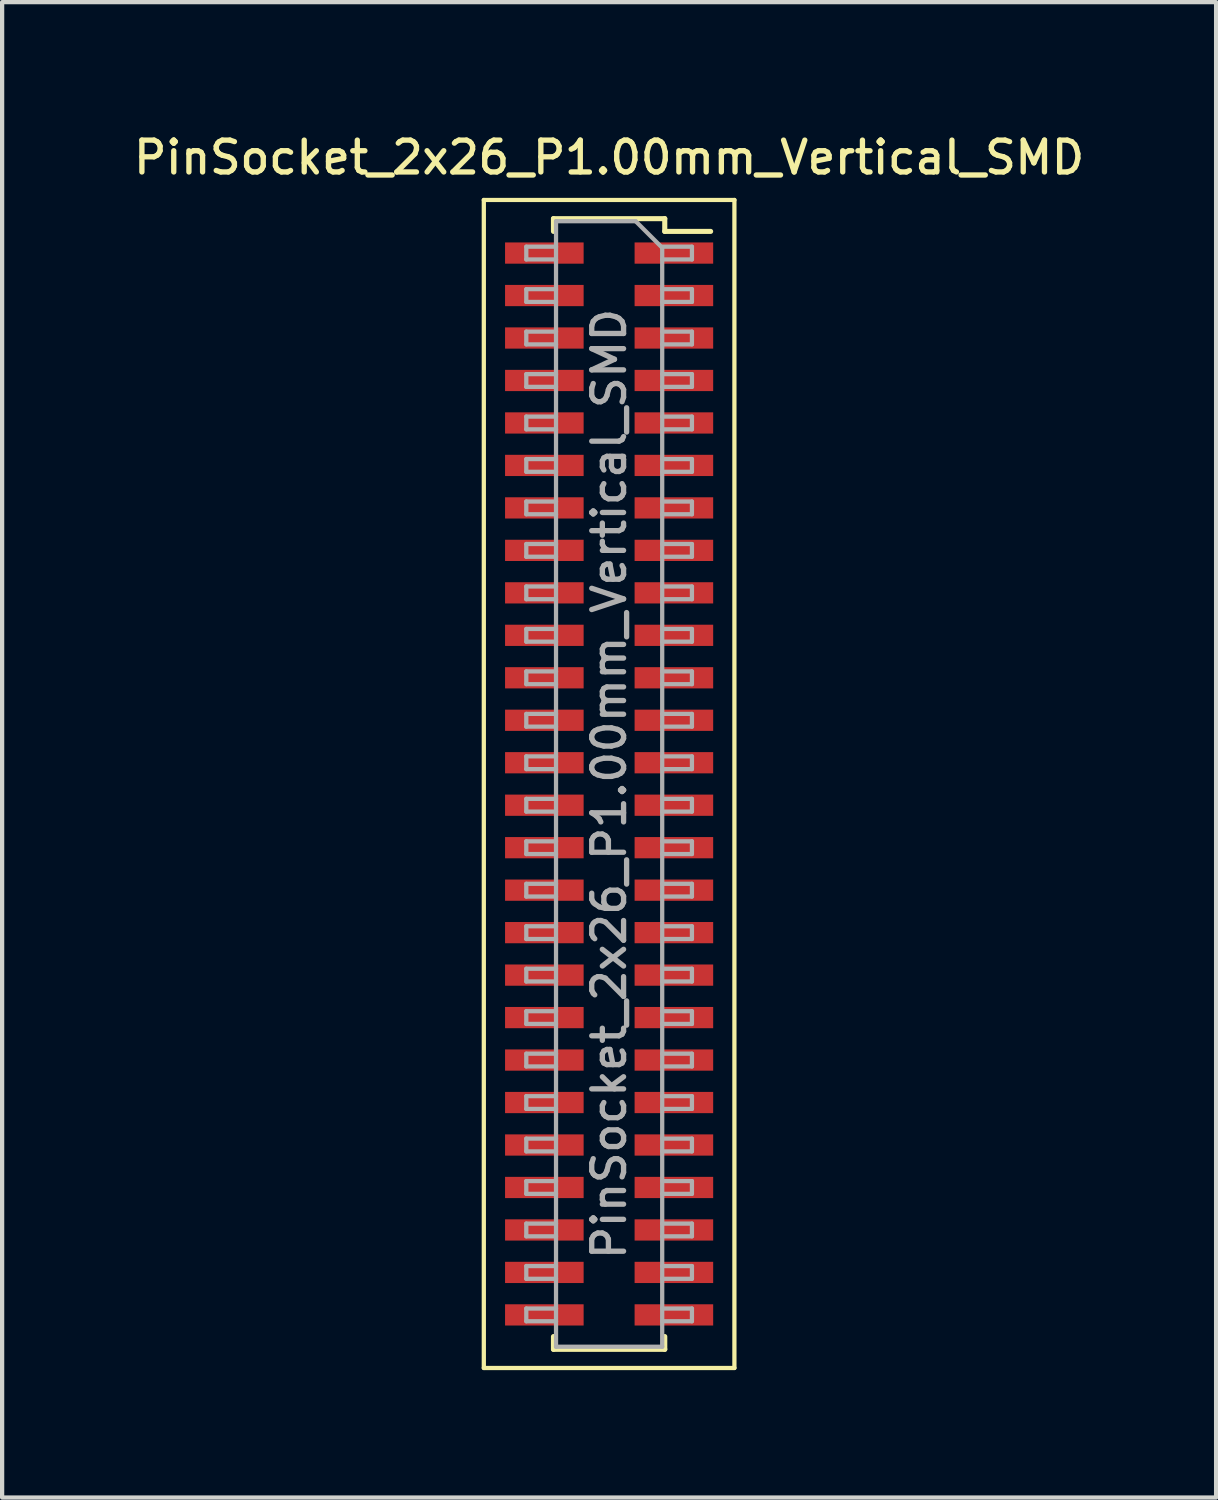
<source format=kicad_pcb>
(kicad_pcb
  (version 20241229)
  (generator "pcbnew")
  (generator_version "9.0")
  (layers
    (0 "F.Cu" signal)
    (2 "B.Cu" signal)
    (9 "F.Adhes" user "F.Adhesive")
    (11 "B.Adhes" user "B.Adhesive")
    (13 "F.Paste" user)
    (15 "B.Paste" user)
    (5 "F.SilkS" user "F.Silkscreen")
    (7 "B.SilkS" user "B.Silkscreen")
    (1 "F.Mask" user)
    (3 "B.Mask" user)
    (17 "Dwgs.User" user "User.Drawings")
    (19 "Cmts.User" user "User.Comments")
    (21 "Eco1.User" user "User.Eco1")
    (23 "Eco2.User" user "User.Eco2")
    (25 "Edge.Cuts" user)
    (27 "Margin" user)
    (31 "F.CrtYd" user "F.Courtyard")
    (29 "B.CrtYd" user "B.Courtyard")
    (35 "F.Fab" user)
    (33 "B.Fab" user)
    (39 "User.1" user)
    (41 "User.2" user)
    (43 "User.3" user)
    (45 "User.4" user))
  (footprint "PinSocket_2x26_P1.00mm_Vertical_SMD"
    (layer "F.Cu")
    (at 11.291 15.408)
    (property "Reference" "PinSocket_2x26_P1.00mm_Vertical_SMD" (at 0 -14.75 0) (layer "F.SilkS") (effects (font (size 0.75 0.75) (thickness 0.125))))
    (attr smd)
    (fp_line (start -2.95 -13.75) (end 2.95 -13.75) (stroke (width 0.1) (type solid)) (layer "F.SilkS"))
    (fp_line (start -2.95 13.75) (end -2.95 -13.75) (stroke (width 0.1) (type solid)) (layer "F.SilkS"))
    (fp_line (start -1.31 -13.31) (end -1.31 -13.01) (stroke (width 0.12) (type solid)) (layer "F.SilkS"))
    (fp_line (start -1.31 -13.31) (end 1.31 -13.31) (stroke (width 0.12) (type solid)) (layer "F.SilkS"))
    (fp_line (start -1.31 13.01) (end -1.31 13.31) (stroke (width 0.12) (type solid)) (layer "F.SilkS"))
    (fp_line (start -1.31 13.31) (end 1.31 13.31) (stroke (width 0.12) (type solid)) (layer "F.SilkS"))
    (fp_line (start 1.31 -13.31) (end 1.31 -13.01) (stroke (width 0.12) (type solid)) (layer "F.SilkS"))
    (fp_line (start 1.31 -13.01) (end 2.39 -13.01) (stroke (width 0.12) (type solid)) (layer "F.SilkS"))
    (fp_line (start 1.31 13.01) (end 1.31 13.31) (stroke (width 0.12) (type solid)) (layer "F.SilkS"))
    (fp_line (start 2.95 -13.75) (end 2.95 13.75) (stroke (width 0.1) (type solid)) (layer "F.SilkS"))
    (fp_line (start 2.95 13.75) (end -2.95 13.75) (stroke (width 0.1) (type solid)) (layer "F.SilkS"))
    (fp_line (start -1.95 -12.65) (end -1.25 -12.65) (stroke (width 0.1) (type solid)) (layer "F.Fab"))
    (fp_line (start -1.95 -12.35) (end -1.95 -12.65) (stroke (width 0.1) (type solid)) (layer "F.Fab"))
    (fp_line (start -1.95 -11.65) (end -1.25 -11.65) (stroke (width 0.1) (type solid)) (layer "F.Fab"))
    (fp_line (start -1.95 -11.35) (end -1.95 -11.65) (stroke (width 0.1) (type solid)) (layer "F.Fab"))
    (fp_line (start -1.95 -10.65) (end -1.25 -10.65) (stroke (width 0.1) (type solid)) (layer "F.Fab"))
    (fp_line (start -1.95 -10.35) (end -1.95 -10.65) (stroke (width 0.1) (type solid)) (layer "F.Fab"))
    (fp_line (start -1.95 -9.65) (end -1.25 -9.65) (stroke (width 0.1) (type solid)) (layer "F.Fab"))
    (fp_line (start -1.95 -9.35) (end -1.95 -9.65) (stroke (width 0.1) (type solid)) (layer "F.Fab"))
    (fp_line (start -1.95 -8.65) (end -1.25 -8.65) (stroke (width 0.1) (type solid)) (layer "F.Fab"))
    (fp_line (start -1.95 -8.35) (end -1.95 -8.65) (stroke (width 0.1) (type solid)) (layer "F.Fab"))
    (fp_line (start -1.95 -7.65) (end -1.25 -7.65) (stroke (width 0.1) (type solid)) (layer "F.Fab"))
    (fp_line (start -1.95 -7.35) (end -1.95 -7.65) (stroke (width 0.1) (type solid)) (layer "F.Fab"))
    (fp_line (start -1.95 -6.65) (end -1.25 -6.65) (stroke (width 0.1) (type solid)) (layer "F.Fab"))
    (fp_line (start -1.95 -6.35) (end -1.95 -6.65) (stroke (width 0.1) (type solid)) (layer "F.Fab"))
    (fp_line (start -1.95 -5.65) (end -1.25 -5.65) (stroke (width 0.1) (type solid)) (layer "F.Fab"))
    (fp_line (start -1.95 -5.35) (end -1.95 -5.65) (stroke (width 0.1) (type solid)) (layer "F.Fab"))
    (fp_line (start -1.95 -4.65) (end -1.25 -4.65) (stroke (width 0.1) (type solid)) (layer "F.Fab"))
    (fp_line (start -1.95 -4.35) (end -1.95 -4.65) (stroke (width 0.1) (type solid)) (layer "F.Fab"))
    (fp_line (start -1.95 -3.65) (end -1.25 -3.65) (stroke (width 0.1) (type solid)) (layer "F.Fab"))
    (fp_line (start -1.95 -3.35) (end -1.95 -3.65) (stroke (width 0.1) (type solid)) (layer "F.Fab"))
    (fp_line (start -1.95 -2.65) (end -1.25 -2.65) (stroke (width 0.1) (type solid)) (layer "F.Fab"))
    (fp_line (start -1.95 -2.35) (end -1.95 -2.65) (stroke (width 0.1) (type solid)) (layer "F.Fab"))
    (fp_line (start -1.95 -1.65) (end -1.25 -1.65) (stroke (width 0.1) (type solid)) (layer "F.Fab"))
    (fp_line (start -1.95 -1.35) (end -1.95 -1.65) (stroke (width 0.1) (type solid)) (layer "F.Fab"))
    (fp_line (start -1.95 -0.65) (end -1.25 -0.65) (stroke (width 0.1) (type solid)) (layer "F.Fab"))
    (fp_line (start -1.95 -0.35) (end -1.95 -0.65) (stroke (width 0.1) (type solid)) (layer "F.Fab"))
    (fp_line (start -1.95 0.35) (end -1.25 0.35) (stroke (width 0.1) (type solid)) (layer "F.Fab"))
    (fp_line (start -1.95 0.65) (end -1.95 0.35) (stroke (width 0.1) (type solid)) (layer "F.Fab"))
    (fp_line (start -1.95 1.35) (end -1.25 1.35) (stroke (width 0.1) (type solid)) (layer "F.Fab"))
    (fp_line (start -1.95 1.65) (end -1.95 1.35) (stroke (width 0.1) (type solid)) (layer "F.Fab"))
    (fp_line (start -1.95 2.35) (end -1.25 2.35) (stroke (width 0.1) (type solid)) (layer "F.Fab"))
    (fp_line (start -1.95 2.65) (end -1.95 2.35) (stroke (width 0.1) (type solid)) (layer "F.Fab"))
    (fp_line (start -1.95 3.35) (end -1.25 3.35) (stroke (width 0.1) (type solid)) (layer "F.Fab"))
    (fp_line (start -1.95 3.65) (end -1.95 3.35) (stroke (width 0.1) (type solid)) (layer "F.Fab"))
    (fp_line (start -1.95 4.35) (end -1.25 4.35) (stroke (width 0.1) (type solid)) (layer "F.Fab"))
    (fp_line (start -1.95 4.65) (end -1.95 4.35) (stroke (width 0.1) (type solid)) (layer "F.Fab"))
    (fp_line (start -1.95 5.35) (end -1.25 5.35) (stroke (width 0.1) (type solid)) (layer "F.Fab"))
    (fp_line (start -1.95 5.65) (end -1.95 5.35) (stroke (width 0.1) (type solid)) (layer "F.Fab"))
    (fp_line (start -1.95 6.35) (end -1.25 6.35) (stroke (width 0.1) (type solid)) (layer "F.Fab"))
    (fp_line (start -1.95 6.65) (end -1.95 6.35) (stroke (width 0.1) (type solid)) (layer "F.Fab"))
    (fp_line (start -1.95 7.35) (end -1.25 7.35) (stroke (width 0.1) (type solid)) (layer "F.Fab"))
    (fp_line (start -1.95 7.65) (end -1.95 7.35) (stroke (width 0.1) (type solid)) (layer "F.Fab"))
    (fp_line (start -1.95 8.35) (end -1.25 8.35) (stroke (width 0.1) (type solid)) (layer "F.Fab"))
    (fp_line (start -1.95 8.65) (end -1.95 8.35) (stroke (width 0.1) (type solid)) (layer "F.Fab"))
    (fp_line (start -1.95 9.35) (end -1.25 9.35) (stroke (width 0.1) (type solid)) (layer "F.Fab"))
    (fp_line (start -1.95 9.65) (end -1.95 9.35) (stroke (width 0.1) (type solid)) (layer "F.Fab"))
    (fp_line (start -1.95 10.35) (end -1.25 10.35) (stroke (width 0.1) (type solid)) (layer "F.Fab"))
    (fp_line (start -1.95 10.65) (end -1.95 10.35) (stroke (width 0.1) (type solid)) (layer "F.Fab"))
    (fp_line (start -1.95 11.35) (end -1.25 11.35) (stroke (width 0.1) (type solid)) (layer "F.Fab"))
    (fp_line (start -1.95 11.65) (end -1.95 11.35) (stroke (width 0.1) (type solid)) (layer "F.Fab"))
    (fp_line (start -1.95 12.35) (end -1.25 12.35) (stroke (width 0.1) (type solid)) (layer "F.Fab"))
    (fp_line (start -1.95 12.65) (end -1.95 12.35) (stroke (width 0.1) (type solid)) (layer "F.Fab"))
    (fp_line (start -1.25 -13.25) (end 0.625 -13.25) (stroke (width 0.1) (type solid)) (layer "F.Fab"))
    (fp_line (start -1.25 -12.35) (end -1.95 -12.35) (stroke (width 0.1) (type solid)) (layer "F.Fab"))
    (fp_line (start -1.25 -11.35) (end -1.95 -11.35) (stroke (width 0.1) (type solid)) (layer "F.Fab"))
    (fp_line (start -1.25 -10.35) (end -1.95 -10.35) (stroke (width 0.1) (type solid)) (layer "F.Fab"))
    (fp_line (start -1.25 -9.35) (end -1.95 -9.35) (stroke (width 0.1) (type solid)) (layer "F.Fab"))
    (fp_line (start -1.25 -8.35) (end -1.95 -8.35) (stroke (width 0.1) (type solid)) (layer "F.Fab"))
    (fp_line (start -1.25 -7.35) (end -1.95 -7.35) (stroke (width 0.1) (type solid)) (layer "F.Fab"))
    (fp_line (start -1.25 -6.35) (end -1.95 -6.35) (stroke (width 0.1) (type solid)) (layer "F.Fab"))
    (fp_line (start -1.25 -5.35) (end -1.95 -5.35) (stroke (width 0.1) (type solid)) (layer "F.Fab"))
    (fp_line (start -1.25 -4.35) (end -1.95 -4.35) (stroke (width 0.1) (type solid)) (layer "F.Fab"))
    (fp_line (start -1.25 -3.35) (end -1.95 -3.35) (stroke (width 0.1) (type solid)) (layer "F.Fab"))
    (fp_line (start -1.25 -2.35) (end -1.95 -2.35) (stroke (width 0.1) (type solid)) (layer "F.Fab"))
    (fp_line (start -1.25 -1.35) (end -1.95 -1.35) (stroke (width 0.1) (type solid)) (layer "F.Fab"))
    (fp_line (start -1.25 -0.35) (end -1.95 -0.35) (stroke (width 0.1) (type solid)) (layer "F.Fab"))
    (fp_line (start -1.25 0.65) (end -1.95 0.65) (stroke (width 0.1) (type solid)) (layer "F.Fab"))
    (fp_line (start -1.25 1.65) (end -1.95 1.65) (stroke (width 0.1) (type solid)) (layer "F.Fab"))
    (fp_line (start -1.25 2.65) (end -1.95 2.65) (stroke (width 0.1) (type solid)) (layer "F.Fab"))
    (fp_line (start -1.25 3.65) (end -1.95 3.65) (stroke (width 0.1) (type solid)) (layer "F.Fab"))
    (fp_line (start -1.25 4.65) (end -1.95 4.65) (stroke (width 0.1) (type solid)) (layer "F.Fab"))
    (fp_line (start -1.25 5.65) (end -1.95 5.65) (stroke (width 0.1) (type solid)) (layer "F.Fab"))
    (fp_line (start -1.25 6.65) (end -1.95 6.65) (stroke (width 0.1) (type solid)) (layer "F.Fab"))
    (fp_line (start -1.25 7.65) (end -1.95 7.65) (stroke (width 0.1) (type solid)) (layer "F.Fab"))
    (fp_line (start -1.25 8.65) (end -1.95 8.65) (stroke (width 0.1) (type solid)) (layer "F.Fab"))
    (fp_line (start -1.25 9.65) (end -1.95 9.65) (stroke (width 0.1) (type solid)) (layer "F.Fab"))
    (fp_line (start -1.25 10.65) (end -1.95 10.65) (stroke (width 0.1) (type solid)) (layer "F.Fab"))
    (fp_line (start -1.25 11.65) (end -1.95 11.65) (stroke (width 0.1) (type solid)) (layer "F.Fab"))
    (fp_line (start -1.25 12.65) (end -1.95 12.65) (stroke (width 0.1) (type solid)) (layer "F.Fab"))
    (fp_line (start -1.25 13.25) (end -1.25 -13.25) (stroke (width 0.1) (type solid)) (layer "F.Fab"))
    (fp_line (start 0.625 -13.25) (end 1.25 -12.625) (stroke (width 0.1) (type solid)) (layer "F.Fab"))
    (fp_line (start 1.25 -12.65) (end 1.95 -12.65) (stroke (width 0.1) (type solid)) (layer "F.Fab"))
    (fp_line (start 1.25 -12.625) (end 1.25 13.25) (stroke (width 0.1) (type solid)) (layer "F.Fab"))
    (fp_line (start 1.25 -11.65) (end 1.95 -11.65) (stroke (width 0.1) (type solid)) (layer "F.Fab"))
    (fp_line (start 1.25 -10.65) (end 1.95 -10.65) (stroke (width 0.1) (type solid)) (layer "F.Fab"))
    (fp_line (start 1.25 -9.65) (end 1.95 -9.65) (stroke (width 0.1) (type solid)) (layer "F.Fab"))
    (fp_line (start 1.25 -8.65) (end 1.95 -8.65) (stroke (width 0.1) (type solid)) (layer "F.Fab"))
    (fp_line (start 1.25 -7.65) (end 1.95 -7.65) (stroke (width 0.1) (type solid)) (layer "F.Fab"))
    (fp_line (start 1.25 -6.65) (end 1.95 -6.65) (stroke (width 0.1) (type solid)) (layer "F.Fab"))
    (fp_line (start 1.25 -5.65) (end 1.95 -5.65) (stroke (width 0.1) (type solid)) (layer "F.Fab"))
    (fp_line (start 1.25 -4.65) (end 1.95 -4.65) (stroke (width 0.1) (type solid)) (layer "F.Fab"))
    (fp_line (start 1.25 -3.65) (end 1.95 -3.65) (stroke (width 0.1) (type solid)) (layer "F.Fab"))
    (fp_line (start 1.25 -2.65) (end 1.95 -2.65) (stroke (width 0.1) (type solid)) (layer "F.Fab"))
    (fp_line (start 1.25 -1.65) (end 1.95 -1.65) (stroke (width 0.1) (type solid)) (layer "F.Fab"))
    (fp_line (start 1.25 -0.65) (end 1.95 -0.65) (stroke (width 0.1) (type solid)) (layer "F.Fab"))
    (fp_line (start 1.25 0.35) (end 1.95 0.35) (stroke (width 0.1) (type solid)) (layer "F.Fab"))
    (fp_line (start 1.25 1.35) (end 1.95 1.35) (stroke (width 0.1) (type solid)) (layer "F.Fab"))
    (fp_line (start 1.25 2.35) (end 1.95 2.35) (stroke (width 0.1) (type solid)) (layer "F.Fab"))
    (fp_line (start 1.25 3.35) (end 1.95 3.35) (stroke (width 0.1) (type solid)) (layer "F.Fab"))
    (fp_line (start 1.25 4.35) (end 1.95 4.35) (stroke (width 0.1) (type solid)) (layer "F.Fab"))
    (fp_line (start 1.25 5.35) (end 1.95 5.35) (stroke (width 0.1) (type solid)) (layer "F.Fab"))
    (fp_line (start 1.25 6.35) (end 1.95 6.35) (stroke (width 0.1) (type solid)) (layer "F.Fab"))
    (fp_line (start 1.25 7.35) (end 1.95 7.35) (stroke (width 0.1) (type solid)) (layer "F.Fab"))
    (fp_line (start 1.25 8.35) (end 1.95 8.35) (stroke (width 0.1) (type solid)) (layer "F.Fab"))
    (fp_line (start 1.25 9.35) (end 1.95 9.35) (stroke (width 0.1) (type solid)) (layer "F.Fab"))
    (fp_line (start 1.25 10.35) (end 1.95 10.35) (stroke (width 0.1) (type solid)) (layer "F.Fab"))
    (fp_line (start 1.25 11.35) (end 1.95 11.35) (stroke (width 0.1) (type solid)) (layer "F.Fab"))
    (fp_line (start 1.25 12.35) (end 1.95 12.35) (stroke (width 0.1) (type solid)) (layer "F.Fab"))
    (fp_line (start 1.25 13.25) (end -1.25 13.25) (stroke (width 0.1) (type solid)) (layer "F.Fab"))
    (fp_line (start 1.95 -12.65) (end 1.95 -12.35) (stroke (width 0.1) (type solid)) (layer "F.Fab"))
    (fp_line (start 1.95 -12.35) (end 1.25 -12.35) (stroke (width 0.1) (type solid)) (layer "F.Fab"))
    (fp_line (start 1.95 -11.65) (end 1.95 -11.35) (stroke (width 0.1) (type solid)) (layer "F.Fab"))
    (fp_line (start 1.95 -11.35) (end 1.25 -11.35) (stroke (width 0.1) (type solid)) (layer "F.Fab"))
    (fp_line (start 1.95 -10.65) (end 1.95 -10.35) (stroke (width 0.1) (type solid)) (layer "F.Fab"))
    (fp_line (start 1.95 -10.35) (end 1.25 -10.35) (stroke (width 0.1) (type solid)) (layer "F.Fab"))
    (fp_line (start 1.95 -9.65) (end 1.95 -9.35) (stroke (width 0.1) (type solid)) (layer "F.Fab"))
    (fp_line (start 1.95 -9.35) (end 1.25 -9.35) (stroke (width 0.1) (type solid)) (layer "F.Fab"))
    (fp_line (start 1.95 -8.65) (end 1.95 -8.35) (stroke (width 0.1) (type solid)) (layer "F.Fab"))
    (fp_line (start 1.95 -8.35) (end 1.25 -8.35) (stroke (width 0.1) (type solid)) (layer "F.Fab"))
    (fp_line (start 1.95 -7.65) (end 1.95 -7.35) (stroke (width 0.1) (type solid)) (layer "F.Fab"))
    (fp_line (start 1.95 -7.35) (end 1.25 -7.35) (stroke (width 0.1) (type solid)) (layer "F.Fab"))
    (fp_line (start 1.95 -6.65) (end 1.95 -6.35) (stroke (width 0.1) (type solid)) (layer "F.Fab"))
    (fp_line (start 1.95 -6.35) (end 1.25 -6.35) (stroke (width 0.1) (type solid)) (layer "F.Fab"))
    (fp_line (start 1.95 -5.65) (end 1.95 -5.35) (stroke (width 0.1) (type solid)) (layer "F.Fab"))
    (fp_line (start 1.95 -5.35) (end 1.25 -5.35) (stroke (width 0.1) (type solid)) (layer "F.Fab"))
    (fp_line (start 1.95 -4.65) (end 1.95 -4.35) (stroke (width 0.1) (type solid)) (layer "F.Fab"))
    (fp_line (start 1.95 -4.35) (end 1.25 -4.35) (stroke (width 0.1) (type solid)) (layer "F.Fab"))
    (fp_line (start 1.95 -3.65) (end 1.95 -3.35) (stroke (width 0.1) (type solid)) (layer "F.Fab"))
    (fp_line (start 1.95 -3.35) (end 1.25 -3.35) (stroke (width 0.1) (type solid)) (layer "F.Fab"))
    (fp_line (start 1.95 -2.65) (end 1.95 -2.35) (stroke (width 0.1) (type solid)) (layer "F.Fab"))
    (fp_line (start 1.95 -2.35) (end 1.25 -2.35) (stroke (width 0.1) (type solid)) (layer "F.Fab"))
    (fp_line (start 1.95 -1.65) (end 1.95 -1.35) (stroke (width 0.1) (type solid)) (layer "F.Fab"))
    (fp_line (start 1.95 -1.35) (end 1.25 -1.35) (stroke (width 0.1) (type solid)) (layer "F.Fab"))
    (fp_line (start 1.95 -0.65) (end 1.95 -0.35) (stroke (width 0.1) (type solid)) (layer "F.Fab"))
    (fp_line (start 1.95 -0.35) (end 1.25 -0.35) (stroke (width 0.1) (type solid)) (layer "F.Fab"))
    (fp_line (start 1.95 0.35) (end 1.95 0.65) (stroke (width 0.1) (type solid)) (layer "F.Fab"))
    (fp_line (start 1.95 0.65) (end 1.25 0.65) (stroke (width 0.1) (type solid)) (layer "F.Fab"))
    (fp_line (start 1.95 1.35) (end 1.95 1.65) (stroke (width 0.1) (type solid)) (layer "F.Fab"))
    (fp_line (start 1.95 1.65) (end 1.25 1.65) (stroke (width 0.1) (type solid)) (layer "F.Fab"))
    (fp_line (start 1.95 2.35) (end 1.95 2.65) (stroke (width 0.1) (type solid)) (layer "F.Fab"))
    (fp_line (start 1.95 2.65) (end 1.25 2.65) (stroke (width 0.1) (type solid)) (layer "F.Fab"))
    (fp_line (start 1.95 3.35) (end 1.95 3.65) (stroke (width 0.1) (type solid)) (layer "F.Fab"))
    (fp_line (start 1.95 3.65) (end 1.25 3.65) (stroke (width 0.1) (type solid)) (layer "F.Fab"))
    (fp_line (start 1.95 4.35) (end 1.95 4.65) (stroke (width 0.1) (type solid)) (layer "F.Fab"))
    (fp_line (start 1.95 4.65) (end 1.25 4.65) (stroke (width 0.1) (type solid)) (layer "F.Fab"))
    (fp_line (start 1.95 5.35) (end 1.95 5.65) (stroke (width 0.1) (type solid)) (layer "F.Fab"))
    (fp_line (start 1.95 5.65) (end 1.25 5.65) (stroke (width 0.1) (type solid)) (layer "F.Fab"))
    (fp_line (start 1.95 6.35) (end 1.95 6.65) (stroke (width 0.1) (type solid)) (layer "F.Fab"))
    (fp_line (start 1.95 6.65) (end 1.25 6.65) (stroke (width 0.1) (type solid)) (layer "F.Fab"))
    (fp_line (start 1.95 7.35) (end 1.95 7.65) (stroke (width 0.1) (type solid)) (layer "F.Fab"))
    (fp_line (start 1.95 7.65) (end 1.25 7.65) (stroke (width 0.1) (type solid)) (layer "F.Fab"))
    (fp_line (start 1.95 8.35) (end 1.95 8.65) (stroke (width 0.1) (type solid)) (layer "F.Fab"))
    (fp_line (start 1.95 8.65) (end 1.25 8.65) (stroke (width 0.1) (type solid)) (layer "F.Fab"))
    (fp_line (start 1.95 9.35) (end 1.95 9.65) (stroke (width 0.1) (type solid)) (layer "F.Fab"))
    (fp_line (start 1.95 9.65) (end 1.25 9.65) (stroke (width 0.1) (type solid)) (layer "F.Fab"))
    (fp_line (start 1.95 10.35) (end 1.95 10.65) (stroke (width 0.1) (type solid)) (layer "F.Fab"))
    (fp_line (start 1.95 10.65) (end 1.25 10.65) (stroke (width 0.1) (type solid)) (layer "F.Fab"))
    (fp_line (start 1.95 11.35) (end 1.95 11.65) (stroke (width 0.1) (type solid)) (layer "F.Fab"))
    (fp_line (start 1.95 11.65) (end 1.25 11.65) (stroke (width 0.1) (type solid)) (layer "F.Fab"))
    (fp_line (start 1.95 12.35) (end 1.95 12.65) (stroke (width 0.1) (type solid)) (layer "F.Fab"))
    (fp_line (start 1.95 12.65) (end 1.25 12.65) (stroke (width 0.1) (type solid)) (layer "F.Fab"))
    (fp_text user "${REFERENCE}" (at 0 0 90) (layer "F.Fab") (effects (font (size 0.75 0.75) (thickness 0.125))))
    (pad "1" smd rect (at 1.525 -12.5) (size 1.85 0.5) (layers "F.Cu" "F.Mask" "F.Paste"))
    (pad "2" smd rect (at -1.525 -12.5) (size 1.85 0.5) (layers "F.Cu" "F.Mask" "F.Paste"))
    (pad "3" smd rect (at 1.525 -11.5) (size 1.85 0.5) (layers "F.Cu" "F.Mask" "F.Paste"))
    (pad "4" smd rect (at -1.525 -11.5) (size 1.85 0.5) (layers "F.Cu" "F.Mask" "F.Paste"))
    (pad "5" smd rect (at 1.525 -10.5) (size 1.85 0.5) (layers "F.Cu" "F.Mask" "F.Paste"))
    (pad "6" smd rect (at -1.525 -10.5) (size 1.85 0.5) (layers "F.Cu" "F.Mask" "F.Paste"))
    (pad "7" smd rect (at 1.525 -9.5) (size 1.85 0.5) (layers "F.Cu" "F.Mask" "F.Paste"))
    (pad "8" smd rect (at -1.525 -9.5) (size 1.85 0.5) (layers "F.Cu" "F.Mask" "F.Paste"))
    (pad "9" smd rect (at 1.525 -8.5) (size 1.85 0.5) (layers "F.Cu" "F.Mask" "F.Paste"))
    (pad "10" smd rect (at -1.525 -8.5) (size 1.85 0.5) (layers "F.Cu" "F.Mask" "F.Paste"))
    (pad "11" smd rect (at 1.525 -7.5) (size 1.85 0.5) (layers "F.Cu" "F.Mask" "F.Paste"))
    (pad "12" smd rect (at -1.525 -7.5) (size 1.85 0.5) (layers "F.Cu" "F.Mask" "F.Paste"))
    (pad "13" smd rect (at 1.525 -6.5) (size 1.85 0.5) (layers "F.Cu" "F.Mask" "F.Paste"))
    (pad "14" smd rect (at -1.525 -6.5) (size 1.85 0.5) (layers "F.Cu" "F.Mask" "F.Paste"))
    (pad "15" smd rect (at 1.525 -5.5) (size 1.85 0.5) (layers "F.Cu" "F.Mask" "F.Paste"))
    (pad "16" smd rect (at -1.525 -5.5) (size 1.85 0.5) (layers "F.Cu" "F.Mask" "F.Paste"))
    (pad "17" smd rect (at 1.525 -4.5) (size 1.85 0.5) (layers "F.Cu" "F.Mask" "F.Paste"))
    (pad "18" smd rect (at -1.525 -4.5) (size 1.85 0.5) (layers "F.Cu" "F.Mask" "F.Paste"))
    (pad "19" smd rect (at 1.525 -3.5) (size 1.85 0.5) (layers "F.Cu" "F.Mask" "F.Paste"))
    (pad "20" smd rect (at -1.525 -3.5) (size 1.85 0.5) (layers "F.Cu" "F.Mask" "F.Paste"))
    (pad "21" smd rect (at 1.525 -2.5) (size 1.85 0.5) (layers "F.Cu" "F.Mask" "F.Paste"))
    (pad "22" smd rect (at -1.525 -2.5) (size 1.85 0.5) (layers "F.Cu" "F.Mask" "F.Paste"))
    (pad "23" smd rect (at 1.525 -1.5) (size 1.85 0.5) (layers "F.Cu" "F.Mask" "F.Paste"))
    (pad "24" smd rect (at -1.525 -1.5) (size 1.85 0.5) (layers "F.Cu" "F.Mask" "F.Paste"))
    (pad "25" smd rect (at 1.525 -0.5) (size 1.85 0.5) (layers "F.Cu" "F.Mask" "F.Paste"))
    (pad "26" smd rect (at -1.525 -0.5) (size 1.85 0.5) (layers "F.Cu" "F.Mask" "F.Paste"))
    (pad "27" smd rect (at 1.525 0.5) (size 1.85 0.5) (layers "F.Cu" "F.Mask" "F.Paste"))
    (pad "28" smd rect (at -1.525 0.5) (size 1.85 0.5) (layers "F.Cu" "F.Mask" "F.Paste"))
    (pad "29" smd rect (at 1.525 1.5) (size 1.85 0.5) (layers "F.Cu" "F.Mask" "F.Paste"))
    (pad "30" smd rect (at -1.525 1.5) (size 1.85 0.5) (layers "F.Cu" "F.Mask" "F.Paste"))
    (pad "31" smd rect (at 1.525 2.5) (size 1.85 0.5) (layers "F.Cu" "F.Mask" "F.Paste"))
    (pad "32" smd rect (at -1.525 2.5) (size 1.85 0.5) (layers "F.Cu" "F.Mask" "F.Paste"))
    (pad "33" smd rect (at 1.525 3.5) (size 1.85 0.5) (layers "F.Cu" "F.Mask" "F.Paste"))
    (pad "34" smd rect (at -1.525 3.5) (size 1.85 0.5) (layers "F.Cu" "F.Mask" "F.Paste"))
    (pad "35" smd rect (at 1.525 4.5) (size 1.85 0.5) (layers "F.Cu" "F.Mask" "F.Paste"))
    (pad "36" smd rect (at -1.525 4.5) (size 1.85 0.5) (layers "F.Cu" "F.Mask" "F.Paste"))
    (pad "37" smd rect (at 1.525 5.5) (size 1.85 0.5) (layers "F.Cu" "F.Mask" "F.Paste"))
    (pad "38" smd rect (at -1.525 5.5) (size 1.85 0.5) (layers "F.Cu" "F.Mask" "F.Paste"))
    (pad "39" smd rect (at 1.525 6.5) (size 1.85 0.5) (layers "F.Cu" "F.Mask" "F.Paste"))
    (pad "40" smd rect (at -1.525 6.5) (size 1.85 0.5) (layers "F.Cu" "F.Mask" "F.Paste"))
    (pad "41" smd rect (at 1.525 7.5) (size 1.85 0.5) (layers "F.Cu" "F.Mask" "F.Paste"))
    (pad "42" smd rect (at -1.525 7.5) (size 1.85 0.5) (layers "F.Cu" "F.Mask" "F.Paste"))
    (pad "43" smd rect (at 1.525 8.5) (size 1.85 0.5) (layers "F.Cu" "F.Mask" "F.Paste"))
    (pad "44" smd rect (at -1.525 8.5) (size 1.85 0.5) (layers "F.Cu" "F.Mask" "F.Paste"))
    (pad "45" smd rect (at 1.525 9.5) (size 1.85 0.5) (layers "F.Cu" "F.Mask" "F.Paste"))
    (pad "46" smd rect (at -1.525 9.5) (size 1.85 0.5) (layers "F.Cu" "F.Mask" "F.Paste"))
    (pad "47" smd rect (at 1.525 10.5) (size 1.85 0.5) (layers "F.Cu" "F.Mask" "F.Paste"))
    (pad "48" smd rect (at -1.525 10.5) (size 1.85 0.5) (layers "F.Cu" "F.Mask" "F.Paste"))
    (pad "49" smd rect (at 1.525 11.5) (size 1.85 0.5) (layers "F.Cu" "F.Mask" "F.Paste"))
    (pad "50" smd rect (at -1.525 11.5) (size 1.85 0.5) (layers "F.Cu" "F.Mask" "F.Paste"))
    (pad "51" smd rect (at 1.525 12.5) (size 1.85 0.5) (layers "F.Cu" "F.Mask" "F.Paste"))
    (pad "52" smd rect (at -1.525 12.5) (size 1.85 0.5) (layers "F.Cu" "F.Mask" "F.Paste")))
  (gr_rect
    (start -3 -3)
    (end 25.582 32.208)
    (stroke (width 0.1) (type default))
    (fill no)
    (layer "Edge.Cuts")))
</source>
